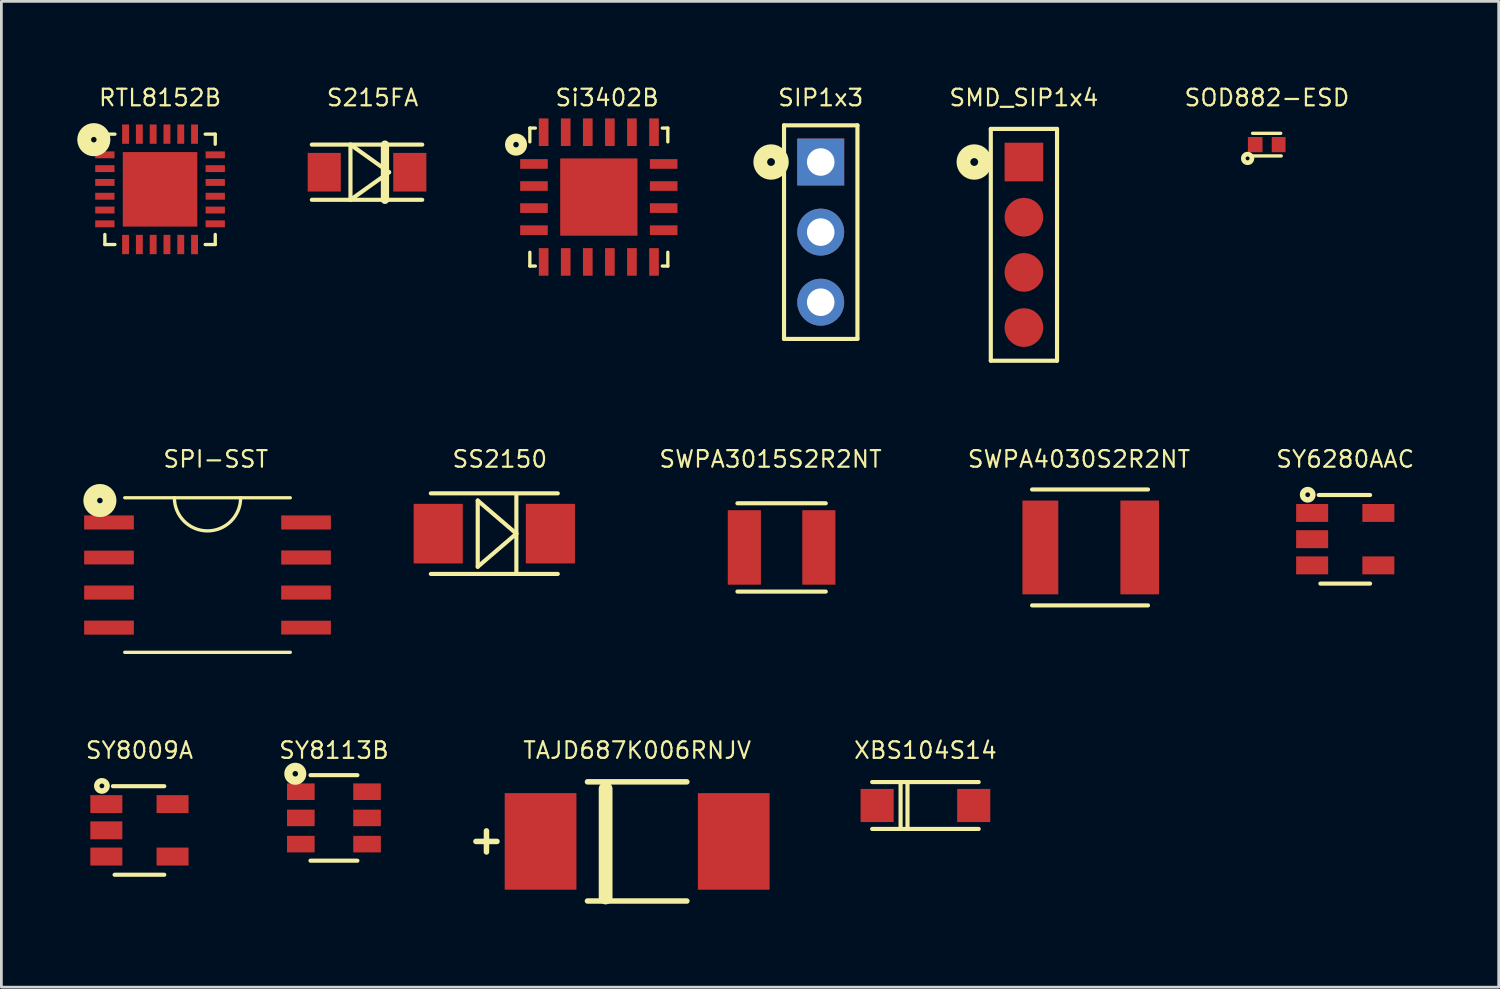
<source format=kicad_pcb>
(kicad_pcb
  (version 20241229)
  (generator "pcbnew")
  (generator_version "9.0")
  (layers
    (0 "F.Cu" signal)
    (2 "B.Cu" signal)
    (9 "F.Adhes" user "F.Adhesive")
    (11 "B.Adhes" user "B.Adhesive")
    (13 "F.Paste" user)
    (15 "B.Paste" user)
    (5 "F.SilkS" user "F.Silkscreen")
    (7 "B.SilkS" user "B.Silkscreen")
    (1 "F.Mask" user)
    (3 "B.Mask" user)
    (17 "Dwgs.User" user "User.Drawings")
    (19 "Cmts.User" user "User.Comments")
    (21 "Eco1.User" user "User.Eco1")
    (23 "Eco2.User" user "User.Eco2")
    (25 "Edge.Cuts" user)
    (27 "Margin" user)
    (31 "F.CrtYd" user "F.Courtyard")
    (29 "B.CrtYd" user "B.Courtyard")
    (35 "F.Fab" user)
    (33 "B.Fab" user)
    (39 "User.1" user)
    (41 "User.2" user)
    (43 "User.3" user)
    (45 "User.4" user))
  (footprint "SIP1x3"
    (layer "F.Cu")
    (at 26.691 2.821)
    (property "Reference" "SIP1x3" (at 0 -2.33 0) (layer "F.SilkS") (effects (font (size 0.6 0.6) (thickness 0.08))))
    (attr through_hole)
    (fp_line (start -1.33 -1.33) (end -1.33 6.41) (stroke (width 0.15) (type solid)) (layer "F.SilkS"))
    (fp_line (start -1.33 -1.33) (end 1.33 -1.33) (stroke (width 0.15) (type solid)) (layer "F.SilkS"))
    (fp_line (start -1.33 6.41) (end 1.33 6.41) (stroke (width 0.15) (type solid)) (layer "F.SilkS"))
    (fp_line (start 1.33 -1.33) (end 1.33 6.41) (stroke (width 0.15) (type solid)) (layer "F.SilkS"))
    (fp_circle (center -1.8 0) (end -1.7 0.1) (stroke (width 0.5) (type solid)) (fill no) (layer "F.SilkS"))
    (pad "1" thru_hole rect (at 0 0) (size 1.7 1.7) (drill 1) (layers "*.Cu" "*.Mask"))
    (pad "2" thru_hole oval (at 0 2.54) (size 1.7 1.7) (drill 1) (layers "*.Cu" "*.Mask"))
    (pad "3" thru_hole oval (at 0 5.08) (size 1.7 1.7) (drill 1) (layers "*.Cu" "*.Mask")))
  (footprint "TAJD687K006RNJV"
    (layer "F.Cu")
    (at 20.039 27.441)
    (property "Reference" "TAJD687K006RNJV" (at 0 -3.302 0) (layer "F.SilkS") (effects (font (size 0.6 0.6) (thickness 0.08))))
    (attr through_hole)
    (fp_line (start -5.842 0) (end -5.08 0) (stroke (width 0.2) (type solid)) (layer "F.SilkS"))
    (fp_line (start -5.461 0.381) (end -5.461 -0.381) (stroke (width 0.2) (type solid)) (layer "F.SilkS"))
    (fp_line (start -1.8 -2.159) (end 1.8 -2.159) (stroke (width 0.2) (type solid)) (layer "F.SilkS"))
    (fp_line (start -1.143 2.032) (end -1.143 -1.905) (stroke (width 0.5) (type solid)) (layer "F.SilkS"))
    (fp_line (start 1.8 2.159) (end -1.8 2.159) (stroke (width 0.2) (type solid)) (layer "F.SilkS"))
    (pad "1" smd rect (at -3.5 0 180) (size 2.6 3.5) (layers "F.Cu" "F.Mask" "F.Paste"))
    (pad "2" smd rect (at 3.5 0) (size 2.6 3.5) (layers "F.Cu" "F.Mask" "F.Paste")))
  (footprint "SOD882-ESD"
    (layer "F.Cu")
    (at 42.86 2.191)
    (property "Reference" "SOD882-ESD" (at 0 -1.7 0) (layer "F.SilkS") (effects (font (size 0.6 0.6) (thickness 0.08))))
    (attr through_hole)
    (fp_line (start -0.52 -0.41) (end 0.5 -0.41) (stroke (width 0.12) (type solid)) (layer "F.SilkS"))
    (fp_line (start 0.52 0.41) (end -0.5 0.41) (stroke (width 0.12) (type solid)) (layer "F.SilkS"))
    (fp_circle (center -0.7 0.5) (end -0.63 0.51) (stroke (width 0.17) (type solid)) (fill no) (layer "F.SilkS"))
    (pad "1" smd rect (at -0.425 0) (size 0.53 0.55) (layers "F.Cu" "F.Mask" "F.Paste"))
    (pad "2" smd rect (at 0.425 0) (size 0.5 0.55) (layers "F.Cu" "F.Mask" "F.Paste")))
  (footprint "Si3402B"
    (layer "F.Cu")
    (at 18.65 4.091)
    (property "Reference" "Si3402B" (at 0.3 -3.6 0) (layer "F.SilkS") (effects (font (size 0.6 0.6) (thickness 0.08))))
    (attr through_hole)
    (fp_line (start -2.5 -2) (end -2.5 -2.5) (stroke (width 0.12) (type solid)) (layer "F.SilkS"))
    (fp_line (start -2.5 2) (end -2.5 2.5) (stroke (width 0.12) (type solid)) (layer "F.SilkS"))
    (fp_line (start -2.3 -2.5) (end -2.5 -2.5) (stroke (width 0.12) (type solid)) (layer "F.SilkS"))
    (fp_line (start -2.3 2.5) (end -2.5 2.5) (stroke (width 0.12) (type solid)) (layer "F.SilkS"))
    (fp_line (start 2.3 -2.5) (end 2.5 -2.5) (stroke (width 0.12) (type solid)) (layer "F.SilkS"))
    (fp_line (start 2.3 2.5) (end 2.5 2.5) (stroke (width 0.12) (type solid)) (layer "F.SilkS"))
    (fp_line (start 2.5 -2) (end 2.5 -2.5) (stroke (width 0.12) (type solid)) (layer "F.SilkS"))
    (fp_line (start 2.5 2) (end 2.5 2.5) (stroke (width 0.12) (type solid)) (layer "F.SilkS"))
    (fp_circle (center -3 -1.9) (end -2.9 -1.9) (stroke (width 0.3) (type solid)) (fill no) (layer "F.SilkS"))
    (pad "1" smd rect (at -2.35 -1.2) (size 1 0.35) (layers "F.Cu" "F.Mask" "F.Paste"))
    (pad "2" smd rect (at -2.35 -0.4) (size 1 0.35) (layers "F.Cu" "F.Mask" "F.Paste"))
    (pad "3" smd rect (at -2.35 0.4) (size 1 0.35) (layers "F.Cu" "F.Mask" "F.Paste"))
    (pad "4" smd rect (at -2.35 1.2) (size 1 0.35) (layers "F.Cu" "F.Mask" "F.Paste"))
    (pad "5" smd rect (at -2 2.35 90) (size 1 0.35) (layers "F.Cu" "F.Mask" "F.Paste"))
    (pad "6" smd rect (at -1.2 2.35 90) (size 1 0.35) (layers "F.Cu" "F.Mask" "F.Paste"))
    (pad "7" smd rect (at -0.4 2.35 90) (size 1 0.35) (layers "F.Cu" "F.Mask" "F.Paste"))
    (pad "8" smd rect (at 0.4 2.35 90) (size 1 0.35) (layers "F.Cu" "F.Mask" "F.Paste"))
    (pad "9" smd rect (at 1.2 2.35 90) (size 1 0.35) (layers "F.Cu" "F.Mask" "F.Paste"))
    (pad "10" smd rect (at 2 2.35 90) (size 1 0.35) (layers "F.Cu" "F.Mask" "F.Paste"))
    (pad "11" smd rect (at 2.35 1.2 180) (size 1 0.35) (layers "F.Cu" "F.Mask" "F.Paste"))
    (pad "12" smd rect (at 2.35 0.4 180) (size 1 0.35) (layers "F.Cu" "F.Mask" "F.Paste"))
    (pad "13" smd rect (at 2.35 -0.4 180) (size 1 0.35) (layers "F.Cu" "F.Mask" "F.Paste"))
    (pad "14" smd rect (at 2.35 -1.2 180) (size 1 0.35) (layers "F.Cu" "F.Mask" "F.Paste"))
    (pad "15" smd rect (at 2 -2.35 270) (size 1 0.35) (layers "F.Cu" "F.Mask" "F.Paste"))
    (pad "16" smd rect (at 1.2 -2.35 270) (size 1 0.35) (layers "F.Cu" "F.Mask" "F.Paste"))
    (pad "17" smd rect (at 0.4 -2.35 270) (size 1 0.35) (layers "F.Cu" "F.Mask" "F.Paste"))
    (pad "18" smd rect (at -0.4 -2.35 270) (size 1 0.35) (layers "F.Cu" "F.Mask" "F.Paste"))
    (pad "19" smd rect (at -1.2 -2.35 270) (size 1 0.35) (layers "F.Cu" "F.Mask" "F.Paste"))
    (pad "20" smd rect (at -2 -2.35 270) (size 1 0.35) (layers "F.Cu" "F.Mask" "F.Paste"))
    (pad "25" smd rect (at 0 0) (size 2.8 2.8) (layers "F.Cu" "F.Mask" "F.Paste")))
  (footprint "SY6280AAC"
    (layer "F.Cu")
    (at 45.698 16.488)
    (property "Reference" "SY6280AAC" (at 0 -2.9 0) (layer "F.SilkS") (effects (font (size 0.6 0.6) (thickness 0.08))))
    (attr smd)
    (fp_line (start -0.9 1.61) (end 0.9 1.61) (stroke (width 0.15) (type solid)) (layer "F.SilkS"))
    (fp_line (start 0.9 -1.6) (end -0.96 -1.6) (stroke (width 0.15) (type solid)) (layer "F.SilkS"))
    (fp_circle (center -1.36 -1.61) (end -1.274 -1.61) (stroke (width 0.2) (type solid)) (fill no) (layer "F.SilkS"))
    (pad "1" smd rect (at -1.2 -0.95) (size 1.16 0.65) (layers "F.Cu" "F.Mask" "F.Paste"))
    (pad "2" smd rect (at -1.2 0) (size 1.16 0.65) (layers "F.Cu" "F.Mask" "F.Paste"))
    (pad "3" smd rect (at -1.2 0.95) (size 1.16 0.65) (layers "F.Cu" "F.Mask" "F.Paste"))
    (pad "4" smd rect (at 1.2 0.95) (size 1.16 0.65) (layers "F.Cu" "F.Mask" "F.Paste"))
    (pad "5" smd rect (at 1.2 -0.95) (size 1.16 0.65) (layers "F.Cu" "F.Mask" "F.Paste")))
  (footprint "SMD_SIP1x4"
    (layer "F.Cu")
    (at 34.054 2.821)
    (property "Reference" "SMD_SIP1x4" (at 0 -2.33 0) (layer "F.SilkS") (effects (font (size 0.6 0.6) (thickness 0.08))))
    (attr through_hole)
    (fp_line (start -1.2 -1.2) (end -1.2 7.2) (stroke (width 0.15) (type solid)) (layer "F.SilkS"))
    (fp_line (start -1.2 -1.2) (end 1.2 -1.2) (stroke (width 0.15) (type solid)) (layer "F.SilkS"))
    (fp_line (start -1.2 7.2) (end 1.2 7.2) (stroke (width 0.15) (type solid)) (layer "F.SilkS"))
    (fp_line (start 1.2 -1.2) (end 1.2 7.2) (stroke (width 0.15) (type solid)) (layer "F.SilkS"))
    (fp_circle (center -1.8 0) (end -1.7 0.1) (stroke (width 0.5) (type solid)) (fill no) (layer "F.SilkS"))
    (pad "1" smd rect (at 0 0) (size 1.4 1.4) (layers "F.Cu" "F.Mask" "F.Paste"))
    (pad "2" smd circle (at 0 2) (size 1.4 1.4) (layers "F.Cu" "F.Mask" "F.Paste"))
    (pad "3" smd circle (at 0 4) (size 1.4 1.4) (layers "F.Cu" "F.Mask" "F.Paste"))
    (pad "4" smd circle (at 0 6) (size 1.4 1.4) (layers "F.Cu" "F.Mask" "F.Paste")))
  (footprint "SWPA4030S2R2NT"
    (layer "F.Cu")
    (at 36.45 16.788)
    (property "Reference" "SWPA4030S2R2NT" (at -0.4 -3.2 0) (layer "F.SilkS") (effects (font (size 0.6 0.6) (thickness 0.08))))
    (attr through_hole)
    (fp_line (start -2.1 -2.1) (end 2.1 -2.1) (stroke (width 0.15) (type solid)) (layer "F.SilkS"))
    (fp_line (start 2.1 2.1) (end -2.1 2.1) (stroke (width 0.15) (type solid)) (layer "F.SilkS"))
    (pad "1" smd rect (at -1.8 0 180) (size 1.3 3.4) (layers "F.Cu" "F.Mask" "F.Paste"))
    (pad "2" smd rect (at 1.8 0) (size 1.4 3.4) (layers "F.Cu" "F.Mask" "F.Paste")))
  (footprint "SPI-SST"
    (layer "F.Cu")
    (at 4.47 17.788)
    (property "Reference" "SPI-SST" (at 0.3 -4.2 0) (layer "F.SilkS") (effects (font (size 0.6 0.6) (thickness 0.08))))
    (attr smd)
    (fp_line (start -3 2.8) (end 3 2.8) (stroke (width 0.12) (type solid)) (layer "F.SilkS"))
    (fp_line (start 3 -2.8) (end -3 -2.8) (stroke (width 0.12) (type solid)) (layer "F.SilkS"))
    (fp_arc (start 1.2 -2.8) (mid 0 -1.6) (end -1.2 -2.8) (stroke (width 0.12) (type solid)) (layer "F.SilkS"))
    (fp_circle (center -3.9 -2.7) (end -3.8 -2.7) (stroke (width 0.5) (type solid)) (fill no) (layer "F.SilkS"))
    (pad "1" smd rect (at -3.57 -1.905) (size 1.8 0.51) (layers "F.Cu" "F.Mask" "F.Paste"))
    (pad "2" smd rect (at -3.57 -0.635) (size 1.8 0.5) (layers "F.Cu" "F.Mask" "F.Paste"))
    (pad "3" smd rect (at -3.57 0.635) (size 1.8 0.51) (layers "F.Cu" "F.Mask" "F.Paste"))
    (pad "4" smd rect (at -3.57 1.905) (size 1.8 0.51) (layers "F.Cu" "F.Mask" "F.Paste"))
    (pad "5" smd rect (at 3.57 1.905) (size 1.8 0.5) (layers "F.Cu" "F.Mask" "F.Paste"))
    (pad "6" smd rect (at 3.57 0.635) (size 1.8 0.51) (layers "F.Cu" "F.Mask" "F.Paste"))
    (pad "7" smd rect (at 3.57 -0.635) (size 1.8 0.51) (layers "F.Cu" "F.Mask" "F.Paste"))
    (pad "8" smd rect (at 3.57 -1.905) (size 1.8 0.51) (layers "F.Cu" "F.Mask" "F.Paste")))
  (footprint "S215FA"
    (layer "F.Cu")
    (at 10.25 3.191)
    (property "Reference" "S215FA" (at 0.2 -2.7 0) (layer "F.SilkS") (effects (font (size 0.6 0.6) (thickness 0.08))))
    (attr through_hole)
    (fp_line (start -2 -1) (end 2 -1) (stroke (width 0.15) (type solid)) (layer "F.SilkS"))
    (fp_line (start -0.6 -1) (end 0.8 0) (stroke (width 0.15) (type solid)) (layer "F.SilkS"))
    (fp_line (start -0.6 1) (end -0.6 -1) (stroke (width 0.15) (type solid)) (layer "F.SilkS"))
    (fp_line (start 0.65 -1) (end 0.65 1) (stroke (width 0.3) (type solid)) (layer "F.SilkS"))
    (fp_line (start 0.8 0) (end -0.6 1) (stroke (width 0.15) (type solid)) (layer "F.SilkS"))
    (fp_line (start 2 1) (end -2 1) (stroke (width 0.15) (type solid)) (layer "F.SilkS"))
    (pad "1" smd rect (at 1.55 0 180) (size 1.2 1.4) (layers "F.Cu" "F.Mask" "F.Paste"))
    (pad "2" smd rect (at -1.55 0) (size 1.2 1.4) (layers "F.Cu" "F.Mask" "F.Paste")))
  (footprint "SS2150"
    (layer "F.Cu")
    (at 14.862 16.288)
    (property "Reference" "SS2150" (at 0.2 -2.7 0) (layer "F.SilkS") (effects (font (size 0.6 0.6) (thickness 0.08))))
    (attr through_hole)
    (fp_line (start -2.3 -1.46) (end 2.3 -1.46) (stroke (width 0.15) (type solid)) (layer "F.SilkS"))
    (fp_line (start -0.6 -1.2) (end 0.8 0) (stroke (width 0.15) (type solid)) (layer "F.SilkS"))
    (fp_line (start -0.6 1.2) (end -0.6 -1.2) (stroke (width 0.15) (type solid)) (layer "F.SilkS"))
    (fp_line (start 0.8 -1.4) (end 0.8 1.4) (stroke (width 0.15) (type solid)) (layer "F.SilkS"))
    (fp_line (start 0.8 0) (end -0.6 1.2) (stroke (width 0.15) (type solid)) (layer "F.SilkS"))
    (fp_line (start 2.3 1.46) (end -2.3 1.46) (stroke (width 0.15) (type solid)) (layer "F.SilkS"))
    (pad "1" smd rect (at -2.032 0) (size 1.78 2.16) (layers "F.Cu" "F.Mask" "F.Paste"))
    (pad "2" smd rect (at 2.032 0 180) (size 1.78 2.16) (layers "F.Cu" "F.Mask" "F.Paste")))
  (footprint "SWPA3015S2R2NT"
    (layer "F.Cu")
    (at 25.273 16.788)
    (property "Reference" "SWPA3015S2R2NT" (at -0.4 -3.2 0) (layer "F.SilkS") (effects (font (size 0.6 0.6) (thickness 0.08))))
    (attr through_hole)
    (fp_line (start -1.6 -1.6) (end 1.6 -1.6) (stroke (width 0.15) (type solid)) (layer "F.SilkS"))
    (fp_line (start 1.6 1.6) (end -1.6 1.6) (stroke (width 0.15) (type solid)) (layer "F.SilkS"))
    (pad "1" smd rect (at -1.35 0 180) (size 1.2 2.7) (layers "F.Cu" "F.Mask" "F.Paste"))
    (pad "2" smd rect (at 1.35 0) (size 1.2 2.7) (layers "F.Cu" "F.Mask" "F.Paste")))
  (footprint "SY8113B"
    (layer "F.Cu")
    (at 9.051 26.589)
    (property "Reference" "SY8113B" (at 0 -2.45 0) (layer "F.SilkS") (effects (font (size 0.6 0.6) (thickness 0.08))))
    (attr smd)
    (fp_line (start -0.85 1.55) (end 0.85 1.55) (stroke (width 0.15) (type solid)) (layer "F.SilkS"))
    (fp_line (start 0.85 -1.55) (end -0.85 -1.55) (stroke (width 0.15) (type solid)) (layer "F.SilkS"))
    (fp_circle (center -1.4 -1.6) (end -1.3 -1.6) (stroke (width 0.3) (type solid)) (fill no) (layer "F.SilkS"))
    (pad "1" smd rect (at -1.2 -0.95) (size 1 0.6) (layers "F.Cu" "F.Mask" "F.Paste"))
    (pad "2" smd rect (at -1.2 0) (size 1 0.6) (layers "F.Cu" "F.Mask" "F.Paste"))
    (pad "3" smd rect (at -1.2 0.95) (size 1 0.6) (layers "F.Cu" "F.Mask" "F.Paste"))
    (pad "4" smd rect (at 1.2 0.95) (size 1 0.6) (layers "F.Cu" "F.Mask" "F.Paste"))
    (pad "5" smd rect (at 1.2 0) (size 1 0.6) (layers "F.Cu" "F.Mask" "F.Paste"))
    (pad "6" smd rect (at 1.2 -0.95) (size 1 0.6) (layers "F.Cu" "F.Mask" "F.Paste")))
  (footprint "RTL8152B"
    (layer "F.Cu")
    (at 2.75 3.811)
    (property "Reference" "RTL8152B" (at 0 -3.32 0) (layer "F.SilkS") (effects (font (size 0.6 0.6) (thickness 0.08))))
    (attr smd)
    (fp_line (start -2 -2) (end -1.635 -2) (stroke (width 0.12) (type solid)) (layer "F.SilkS"))
    (fp_line (start -2 -1.635) (end -2 -2) (stroke (width 0.12) (type solid)) (layer "F.SilkS"))
    (fp_line (start -2 2) (end -2 1.635) (stroke (width 0.12) (type solid)) (layer "F.SilkS"))
    (fp_line (start -1.635 2) (end -2 2) (stroke (width 0.12) (type solid)) (layer "F.SilkS"))
    (fp_line (start 1.635 -2) (end 2 -2) (stroke (width 0.12) (type solid)) (layer "F.SilkS"))
    (fp_line (start 2 -2) (end 2 -1.635) (stroke (width 0.12) (type solid)) (layer "F.SilkS"))
    (fp_line (start 2 1.635) (end 2 2) (stroke (width 0.12) (type solid)) (layer "F.SilkS"))
    (fp_line (start 2 2) (end 1.635 2) (stroke (width 0.12) (type solid)) (layer "F.SilkS"))
    (fp_circle (center -2.4 -1.8) (end -2.3 -1.8) (stroke (width 0.5) (type solid)) (fill no) (layer "F.SilkS"))
    (pad "1" smd rect (at -2 -1.25 90) (size 0.25 0.7) (layers "F.Cu" "F.Mask" "F.Paste"))
    (pad "2" smd rect (at -2 -0.75 90) (size 0.25 0.7) (layers "F.Cu" "F.Mask" "F.Paste"))
    (pad "3" smd rect (at -2 -0.25 90) (size 0.25 0.7) (layers "F.Cu" "F.Mask" "F.Paste"))
    (pad "4" smd rect (at -2 0.25 90) (size 0.25 0.7) (layers "F.Cu" "F.Mask" "F.Paste"))
    (pad "5" smd rect (at -2 0.75 90) (size 0.25 0.7) (layers "F.Cu" "F.Mask" "F.Paste"))
    (pad "6" smd rect (at -2 1.25 90) (size 0.25 0.7) (layers "F.Cu" "F.Mask" "F.Paste"))
    (pad "7" smd rect (at -1.25 2 180) (size 0.25 0.7) (layers "F.Cu" "F.Mask" "F.Paste"))
    (pad "8" smd rect (at -0.75 2 180) (size 0.25 0.7) (layers "F.Cu" "F.Mask" "F.Paste"))
    (pad "9" smd rect (at -0.25 2 180) (size 0.25 0.7) (layers "F.Cu" "F.Mask" "F.Paste"))
    (pad "10" smd rect (at 0.25 2 180) (size 0.25 0.7) (layers "F.Cu" "F.Mask" "F.Paste"))
    (pad "11" smd rect (at 0.75 2 180) (size 0.25 0.7) (layers "F.Cu" "F.Mask" "F.Paste"))
    (pad "12" smd rect (at 1.25 2 180) (size 0.25 0.7) (layers "F.Cu" "F.Mask" "F.Paste"))
    (pad "13" smd rect (at 2 1.25 270) (size 0.25 0.7) (layers "F.Cu" "F.Mask" "F.Paste"))
    (pad "14" smd rect (at 2 0.75 270) (size 0.25 0.7) (layers "F.Cu" "F.Mask" "F.Paste"))
    (pad "15" smd rect (at 2 0.25 270) (size 0.25 0.7) (layers "F.Cu" "F.Mask" "F.Paste"))
    (pad "16" smd rect (at 2 -0.25 270) (size 0.25 0.7) (layers "F.Cu" "F.Mask" "F.Paste"))
    (pad "17" smd rect (at 2 -0.75 270) (size 0.25 0.7) (layers "F.Cu" "F.Mask" "F.Paste"))
    (pad "18" smd rect (at 2 -1.25 270) (size 0.25 0.7) (layers "F.Cu" "F.Mask" "F.Paste"))
    (pad "19" smd rect (at 1.25 -2) (size 0.25 0.7) (layers "F.Cu" "F.Mask" "F.Paste"))
    (pad "20" smd rect (at 0.75 -2) (size 0.25 0.7) (layers "F.Cu" "F.Mask" "F.Paste"))
    (pad "21" smd rect (at 0.25 -2) (size 0.25 0.7) (layers "F.Cu" "F.Mask" "F.Paste"))
    (pad "22" smd rect (at -0.25 -2) (size 0.25 0.7) (layers "F.Cu" "F.Mask" "F.Paste"))
    (pad "23" smd rect (at -0.75 -2) (size 0.25 0.7) (layers "F.Cu" "F.Mask" "F.Paste"))
    (pad "24" smd rect (at -1.25 -2) (size 0.25 0.7) (layers "F.Cu" "F.Mask" "F.Paste"))
    (pad "25" smd rect (at 0 0) (size 2.7 2.7) (layers "F.Cu" "F.Mask")))
  (footprint "XBS104S14"
    (layer "F.Cu")
    (at 30.485 26.139)
    (property "Reference" "XBS104S14" (at 0 -2 0) (layer "F.SilkS") (effects (font (size 0.6 0.6) (thickness 0.08))))
    (attr smd)
    (fp_line (start -1.93 0.85) (end 1.93 0.85) (stroke (width 0.15) (type solid)) (layer "F.SilkS"))
    (fp_line (start -0.9 0.8) (end -0.9 -0.8) (stroke (width 0.15) (type solid)) (layer "F.SilkS"))
    (fp_line (start -0.65 0.8) (end -0.65 -0.8) (stroke (width 0.15) (type solid)) (layer "F.SilkS"))
    (fp_line (start 1.93 -0.85) (end -1.93 -0.85) (stroke (width 0.15) (type solid)) (layer "F.SilkS"))
    (pad "1" smd rect (at -1.75 0) (size 1.2 1.2) (layers "F.Cu" "F.Mask" "F.Paste"))
    (pad "2" smd rect (at 1.75 0) (size 1.2 1.2) (layers "F.Cu" "F.Mask" "F.Paste")))
  (footprint "SY8009A"
    (layer "F.Cu")
    (at 2.003 27.039)
    (property "Reference" "SY8009A" (at 0 -2.9 0) (layer "F.SilkS") (effects (font (size 0.6 0.6) (thickness 0.08))))
    (attr smd)
    (fp_line (start -0.9 1.61) (end 0.9 1.61) (stroke (width 0.15) (type solid)) (layer "F.SilkS"))
    (fp_line (start 0.9 -1.6) (end -0.96 -1.6) (stroke (width 0.15) (type solid)) (layer "F.SilkS"))
    (fp_circle (center -1.36 -1.61) (end -1.274 -1.61) (stroke (width 0.2) (type solid)) (fill no) (layer "F.SilkS"))
    (pad "1" smd rect (at -1.2 -0.95) (size 1.16 0.65) (layers "F.Cu" "F.Mask" "F.Paste"))
    (pad "2" smd rect (at -1.2 0) (size 1.16 0.65) (layers "F.Cu" "F.Mask" "F.Paste"))
    (pad "3" smd rect (at -1.2 0.95) (size 1.16 0.65) (layers "F.Cu" "F.Mask" "F.Paste"))
    (pad "4" smd rect (at 1.2 0.95) (size 1.16 0.65) (layers "F.Cu" "F.Mask" "F.Paste"))
    (pad "5" smd rect (at 1.2 -0.95) (size 1.16 0.65) (layers "F.Cu" "F.Mask" "F.Paste")))
  (gr_rect
    (start -3 -3)
    (end 51.258 32.723)
    (stroke (width 0.1) (type default))
    (fill no)
    (layer "Edge.Cuts")))
</source>
